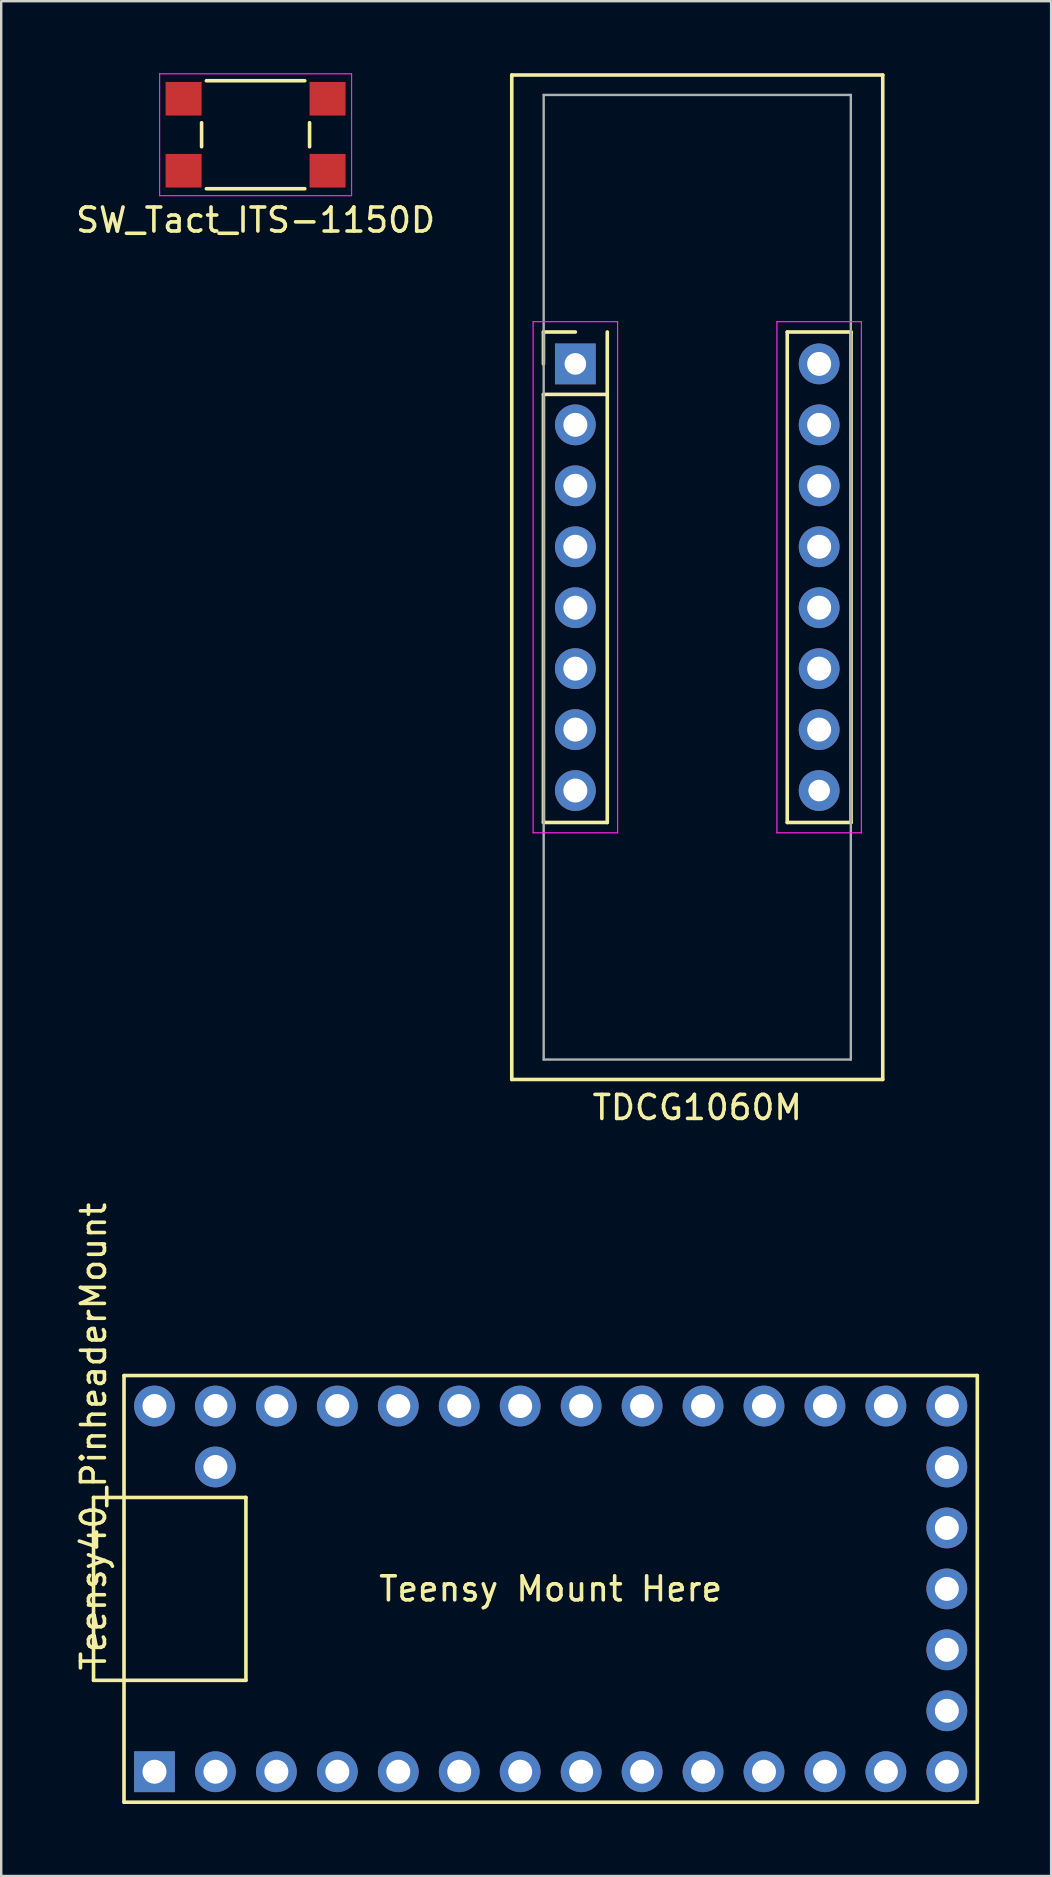
<source format=kicad_pcb>
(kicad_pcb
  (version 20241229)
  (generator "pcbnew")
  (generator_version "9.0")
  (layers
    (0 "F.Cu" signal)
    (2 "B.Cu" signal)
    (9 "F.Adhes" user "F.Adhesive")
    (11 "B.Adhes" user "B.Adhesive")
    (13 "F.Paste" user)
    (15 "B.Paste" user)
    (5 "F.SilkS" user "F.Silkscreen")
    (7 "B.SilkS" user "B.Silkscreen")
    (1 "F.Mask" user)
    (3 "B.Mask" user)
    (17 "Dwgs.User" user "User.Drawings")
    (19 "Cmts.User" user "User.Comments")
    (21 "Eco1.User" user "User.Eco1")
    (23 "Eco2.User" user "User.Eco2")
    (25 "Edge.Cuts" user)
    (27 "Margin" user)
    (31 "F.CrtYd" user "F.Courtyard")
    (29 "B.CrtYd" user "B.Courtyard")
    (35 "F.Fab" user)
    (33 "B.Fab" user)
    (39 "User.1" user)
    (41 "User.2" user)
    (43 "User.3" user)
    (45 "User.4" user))
  (footprint "TDCG1060M"
    (layer "F.Cu")
    (at 26.007 21.005)
    (property "Reference" "TDCG1060M" (at 0 22.098 0) (layer "F.SilkS") (effects (font (size 1 1) (thickness 0.15))))
    (attr through_hole)
    (fp_line (start -7.73 -20.93) (end -7.73 20.93) (stroke (width 0.15) (type solid)) (layer "F.SilkS"))
    (fp_line (start -7.73 -20.93) (end 7.73 -20.93) (stroke (width 0.15) (type solid)) (layer "F.SilkS"))
    (fp_line (start -6.41 -10.22) (end -6.41 -8.89) (stroke (width 0.15) (type solid)) (layer "F.SilkS"))
    (fp_line (start -6.41 -7.62) (end -6.41 10.22) (stroke (width 0.15) (type solid)) (layer "F.SilkS"))
    (fp_line (start -5.08 -10.22) (end -6.41 -10.22) (stroke (width 0.15) (type solid)) (layer "F.SilkS"))
    (fp_line (start -3.75 -10.22) (end -3.75 10.22) (stroke (width 0.15) (type solid)) (layer "F.SilkS"))
    (fp_line (start -3.75 -7.62) (end -6.41 -7.62) (stroke (width 0.15) (type solid)) (layer "F.SilkS"))
    (fp_line (start -3.75 10.22) (end -6.41 10.22) (stroke (width 0.15) (type solid)) (layer "F.SilkS"))
    (fp_line (start 3.75 -10.22) (end 3.75 10.22) (stroke (width 0.15) (type solid)) (layer "F.SilkS"))
    (fp_line (start 6.41 -10.22) (end 3.75 -10.22) (stroke (width 0.15) (type solid)) (layer "F.SilkS"))
    (fp_line (start 6.41 -10.22) (end 6.41 10.22) (stroke (width 0.15) (type solid)) (layer "F.SilkS"))
    (fp_line (start 6.41 10.22) (end 3.75 10.22) (stroke (width 0.15) (type solid)) (layer "F.SilkS"))
    (fp_line (start 7.73 -20.93) (end 7.73 20.93) (stroke (width 0.15) (type solid)) (layer "F.SilkS"))
    (fp_line (start 7.73 20.93) (end -7.73 20.93) (stroke (width 0.15) (type solid)) (layer "F.SilkS"))
    (fp_line (start -6.84 -10.65) (end -6.84 10.65) (stroke (width 0.05) (type solid)) (layer "F.CrtYd"))
    (fp_line (start -3.32 -10.65) (end -6.84 -10.65) (stroke (width 0.05) (type solid)) (layer "F.CrtYd"))
    (fp_line (start -3.32 -10.65) (end -3.32 10.65) (stroke (width 0.05) (type solid)) (layer "F.CrtYd"))
    (fp_line (start -3.32 10.65) (end -6.84 10.65) (stroke (width 0.05) (type solid)) (layer "F.CrtYd"))
    (fp_line (start 3.32 -10.65) (end 3.32 10.65) (stroke (width 0.05) (type solid)) (layer "F.CrtYd"))
    (fp_line (start 6.84 -10.65) (end 3.32 -10.65) (stroke (width 0.05) (type solid)) (layer "F.CrtYd"))
    (fp_line (start 6.84 -10.65) (end 6.84 10.65) (stroke (width 0.05) (type solid)) (layer "F.CrtYd"))
    (fp_line (start 6.84 10.65) (end 3.32 10.65) (stroke (width 0.05) (type solid)) (layer "F.CrtYd"))
    (fp_line (start -6.4 -20.1) (end -6.4 20.1) (stroke (width 0.1) (type solid)) (layer "F.Fab"))
    (fp_line (start -6.4 -20.1) (end 6.4 -20.1) (stroke (width 0.1) (type solid)) (layer "F.Fab"))
    (fp_line (start -6.4 20.1) (end 6.4 20.1) (stroke (width 0.1) (type solid)) (layer "F.Fab"))
    (fp_line (start 6.4 -20.1) (end 6.4 20.1) (stroke (width 0.1) (type solid)) (layer "F.Fab"))
    (pad "1" thru_hole rect (at -5.08 -8.89) (size 1.7 1.7) (drill 0.9) (layers "*.Cu" "*.Mask"))
    (pad "2" thru_hole oval (at -5.08 -6.35) (size 1.7 1.7) (drill 1) (layers "*.Cu" "*.Mask"))
    (pad "3" thru_hole oval (at -5.08 -3.81) (size 1.7 1.7) (drill 1) (layers "*.Cu" "*.Mask"))
    (pad "4" thru_hole oval (at -5.08 -1.27) (size 1.7 1.7) (drill 1) (layers "*.Cu" "*.Mask"))
    (pad "5" thru_hole oval (at -5.08 1.27) (size 1.7 1.7) (drill 1) (layers "*.Cu" "*.Mask"))
    (pad "6" thru_hole oval (at -5.08 3.81) (size 1.7 1.7) (drill 1) (layers "*.Cu" "*.Mask"))
    (pad "7" thru_hole oval (at -5.08 6.35) (size 1.7 1.7) (drill 1) (layers "*.Cu" "*.Mask"))
    (pad "8" thru_hole oval (at -5.08 8.89) (size 1.7 1.7) (drill 1) (layers "*.Cu" "*.Mask"))
    (pad "9" thru_hole oval (at 5.08 8.89) (size 1.7 1.7) (drill 0.9) (layers "*.Cu" "*.Mask"))
    (pad "10" thru_hole oval (at 5.08 6.35) (size 1.7 1.7) (drill 1) (layers "*.Cu" "*.Mask"))
    (pad "11" thru_hole oval (at 5.08 3.81) (size 1.7 1.7) (drill 1) (layers "*.Cu" "*.Mask"))
    (pad "12" thru_hole oval (at 5.08 1.27) (size 1.7 1.7) (drill 1) (layers "*.Cu" "*.Mask"))
    (pad "13" thru_hole oval (at 5.08 -1.27) (size 1.7 1.7) (drill 1) (layers "*.Cu" "*.Mask"))
    (pad "14" thru_hole oval (at 5.08 -3.81) (size 1.7 1.7) (drill 1) (layers "*.Cu" "*.Mask"))
    (pad "15" thru_hole oval (at 5.08 -6.35) (size 1.7 1.7) (drill 1) (layers "*.Cu" "*.Mask"))
    (pad "16" thru_hole circle (at 5.08 -8.89) (size 1.7 1.7) (drill 1) (layers "*.Cu" "*.Mask")))
  (footprint "SW_Tact_ITS-1150D"
    (layer "F.Cu")
    (at 7.601 2.565)
    (property "Reference" "SW_Tact_ITS-1150D" (at 0 3.556 0) (layer "F.SilkS") (effects (font (size 1 1) (thickness 0.15))))
    (attr through_hole)
    (fp_line (start -2.25 0.5) (end -2.25 -0.5) (stroke (width 0.15) (type solid)) (layer "F.SilkS"))
    (fp_line (start -2.05 -2.25) (end 2.05 -2.25) (stroke (width 0.15) (type solid)) (layer "F.SilkS"))
    (fp_line (start 2.05 2.25) (end -2.05 2.25) (stroke (width 0.15) (type solid)) (layer "F.SilkS"))
    (fp_line (start 2.25 -0.5) (end 2.25 0.5) (stroke (width 0.15) (type solid)) (layer "F.SilkS"))
    (fp_line (start -4 -2.54) (end 4 -2.54) (stroke (width 0.05) (type solid)) (layer "F.CrtYd"))
    (fp_line (start -4 2.54) (end -4 -2.54) (stroke (width 0.05) (type solid)) (layer "F.CrtYd"))
    (fp_line (start -4 2.54) (end 4 2.54) (stroke (width 0.05) (type solid)) (layer "F.CrtYd"))
    (fp_line (start 4 2.54) (end 4 -2.54) (stroke (width 0.05) (type solid)) (layer "F.CrtYd"))
    (pad "1" smd rect (at -3 -1.5) (size 1.5 1.4) (layers "F.Cu" "F.Mask" "F.Paste"))
    (pad "1" smd rect (at 3 -1.5) (size 1.5 1.4) (layers "F.Cu" "F.Mask" "F.Paste"))
    (pad "2" smd rect (at -3 1.5) (size 1.5 1.4) (layers "F.Cu" "F.Mask" "F.Paste"))
    (pad "2" smd rect (at 3 1.5) (size 1.5 1.4) (layers "F.Cu" "F.Mask" "F.Paste")))
  (footprint "Teensy40_PinheaderMount"
    (layer "F.Cu")
    (at 19.898 63.164)
    (property "Reference" "Teensy40_PinheaderMount" (at -19.05 -6.35 90) (layer "F.SilkS") (effects (font (size 1 1) (thickness 0.15))))
    (attr through_hole)
    (fp_line (start -19.05 -3.81) (end -17.78 -3.81) (stroke (width 0.15) (type solid)) (layer "F.SilkS"))
    (fp_line (start -19.05 3.81) (end -19.05 -3.81) (stroke (width 0.15) (type solid)) (layer "F.SilkS"))
    (fp_line (start -17.78 -8.89) (end 17.78 -8.89) (stroke (width 0.15) (type solid)) (layer "F.SilkS"))
    (fp_line (start -17.78 3.81) (end -19.05 3.81) (stroke (width 0.15) (type solid)) (layer "F.SilkS"))
    (fp_line (start -17.78 8.89) (end -17.78 -8.89) (stroke (width 0.15) (type solid)) (layer "F.SilkS"))
    (fp_line (start -12.7 -3.81) (end -17.78 -3.81) (stroke (width 0.15) (type solid)) (layer "F.SilkS"))
    (fp_line (start -12.7 3.81) (end -17.78 3.81) (stroke (width 0.15) (type solid)) (layer "F.SilkS"))
    (fp_line (start -12.7 3.81) (end -12.7 -3.81) (stroke (width 0.15) (type solid)) (layer "F.SilkS"))
    (fp_line (start 17.78 -8.89) (end 17.78 8.89) (stroke (width 0.15) (type solid)) (layer "F.SilkS"))
    (fp_line (start 17.78 8.89) (end -17.78 8.89) (stroke (width 0.15) (type solid)) (layer "F.SilkS"))
    (fp_text user "Teensy Mount Here" (at 0 0 0) (layer "F.SilkS") (effects (font (size 1 1) (thickness 0.15))))
    (pad "1" thru_hole rect (at -16.51 7.62) (size 1.7 1.7) (drill 1) (layers "*.Cu" "*.Mask"))
    (pad "2" thru_hole circle (at -13.97 7.62) (size 1.7 1.7) (drill 1) (layers "*.Cu" "*.Mask"))
    (pad "3" thru_hole circle (at -11.43 7.62) (size 1.7 1.7) (drill 1) (layers "*.Cu" "*.Mask"))
    (pad "4" thru_hole circle (at -8.89 7.62) (size 1.7 1.7) (drill 1) (layers "*.Cu" "*.Mask"))
    (pad "5" thru_hole circle (at -6.35 7.62) (size 1.7 1.7) (drill 1) (layers "*.Cu" "*.Mask"))
    (pad "6" thru_hole circle (at -3.81 7.62) (size 1.7 1.7) (drill 1) (layers "*.Cu" "*.Mask"))
    (pad "7" thru_hole circle (at -1.27 7.62) (size 1.7 1.7) (drill 1) (layers "*.Cu" "*.Mask"))
    (pad "8" thru_hole circle (at 1.27 7.62) (size 1.7 1.7) (drill 1) (layers "*.Cu" "*.Mask"))
    (pad "9" thru_hole circle (at 3.81 7.62) (size 1.7 1.7) (drill 1) (layers "*.Cu" "*.Mask"))
    (pad "10" thru_hole circle (at 6.35 7.62) (size 1.7 1.7) (drill 1) (layers "*.Cu" "*.Mask"))
    (pad "11" thru_hole circle (at 8.89 7.62) (size 1.7 1.7) (drill 1) (layers "*.Cu" "*.Mask"))
    (pad "12" thru_hole circle (at 11.43 7.62) (size 1.7 1.7) (drill 1) (layers "*.Cu" "*.Mask"))
    (pad "13" thru_hole circle (at 13.97 7.62) (size 1.7 1.7) (drill 1) (layers "*.Cu" "*.Mask"))
    (pad "14" thru_hole circle (at 16.51 7.62) (size 1.7 1.7) (drill 1) (layers "*.Cu" "*.Mask"))
    (pad "15" thru_hole circle (at 16.51 5.08 180) (size 1.7 1.7) (drill 1) (layers "*.Cu" "*.Mask"))
    (pad "16" thru_hole circle (at 16.51 2.54 180) (size 1.7 1.7) (drill 1) (layers "*.Cu" "*.Mask"))
    (pad "17" thru_hole circle (at 16.51 0 180) (size 1.7 1.7) (drill 1) (layers "*.Cu" "*.Mask"))
    (pad "18" thru_hole circle (at 16.51 -2.54 180) (size 1.7 1.7) (drill 1) (layers "*.Cu" "*.Mask"))
    (pad "19" thru_hole circle (at 16.51 -5.08 180) (size 1.7 1.7) (drill 1) (layers "*.Cu" "*.Mask"))
    (pad "20" thru_hole circle (at 16.51 -7.62 180) (size 1.7 1.7) (drill 1) (layers "*.Cu" "*.Mask"))
    (pad "21" thru_hole circle (at 13.97 -7.62) (size 1.7 1.7) (drill 1) (layers "*.Cu" "*.Mask"))
    (pad "22" thru_hole circle (at 11.43 -7.62) (size 1.7 1.7) (drill 1) (layers "*.Cu" "*.Mask"))
    (pad "23" thru_hole circle (at 8.89 -7.62) (size 1.7 1.7) (drill 1) (layers "*.Cu" "*.Mask"))
    (pad "24" thru_hole circle (at 6.35 -7.62) (size 1.7 1.7) (drill 1) (layers "*.Cu" "*.Mask"))
    (pad "25" thru_hole circle (at 3.81 -7.62) (size 1.7 1.7) (drill 1) (layers "*.Cu" "*.Mask"))
    (pad "26" thru_hole circle (at 1.27 -7.62) (size 1.7 1.7) (drill 1) (layers "*.Cu" "*.Mask"))
    (pad "27" thru_hole circle (at -1.27 -7.62) (size 1.7 1.7) (drill 1) (layers "*.Cu" "*.Mask"))
    (pad "28" thru_hole circle (at -3.81 -7.62) (size 1.7 1.7) (drill 1) (layers "*.Cu" "*.Mask"))
    (pad "29" thru_hole circle (at -6.35 -7.62) (size 1.7 1.7) (drill 1) (layers "*.Cu" "*.Mask"))
    (pad "30" thru_hole circle (at -8.89 -7.62) (size 1.7 1.7) (drill 1) (layers "*.Cu" "*.Mask"))
    (pad "31" thru_hole circle (at -11.43 -7.62) (size 1.7 1.7) (drill 1) (layers "*.Cu" "*.Mask"))
    (pad "32" thru_hole circle (at -13.97 -7.62) (size 1.7 1.7) (drill 1) (layers "*.Cu" "*.Mask"))
    (pad "33" thru_hole circle (at -16.51 -7.62) (size 1.7 1.7) (drill 1) (layers "*.Cu" "*.Mask"))
    (pad "34" thru_hole circle (at -13.97 -5.08) (size 1.7 1.7) (drill 1) (layers "*.Cu" "*.Mask")))
  (gr_rect
    (start -3 -3)
    (end 40.753 75.129)
    (stroke (width 0.1) (type default))
    (fill no)
    (layer "Edge.Cuts")))
</source>
